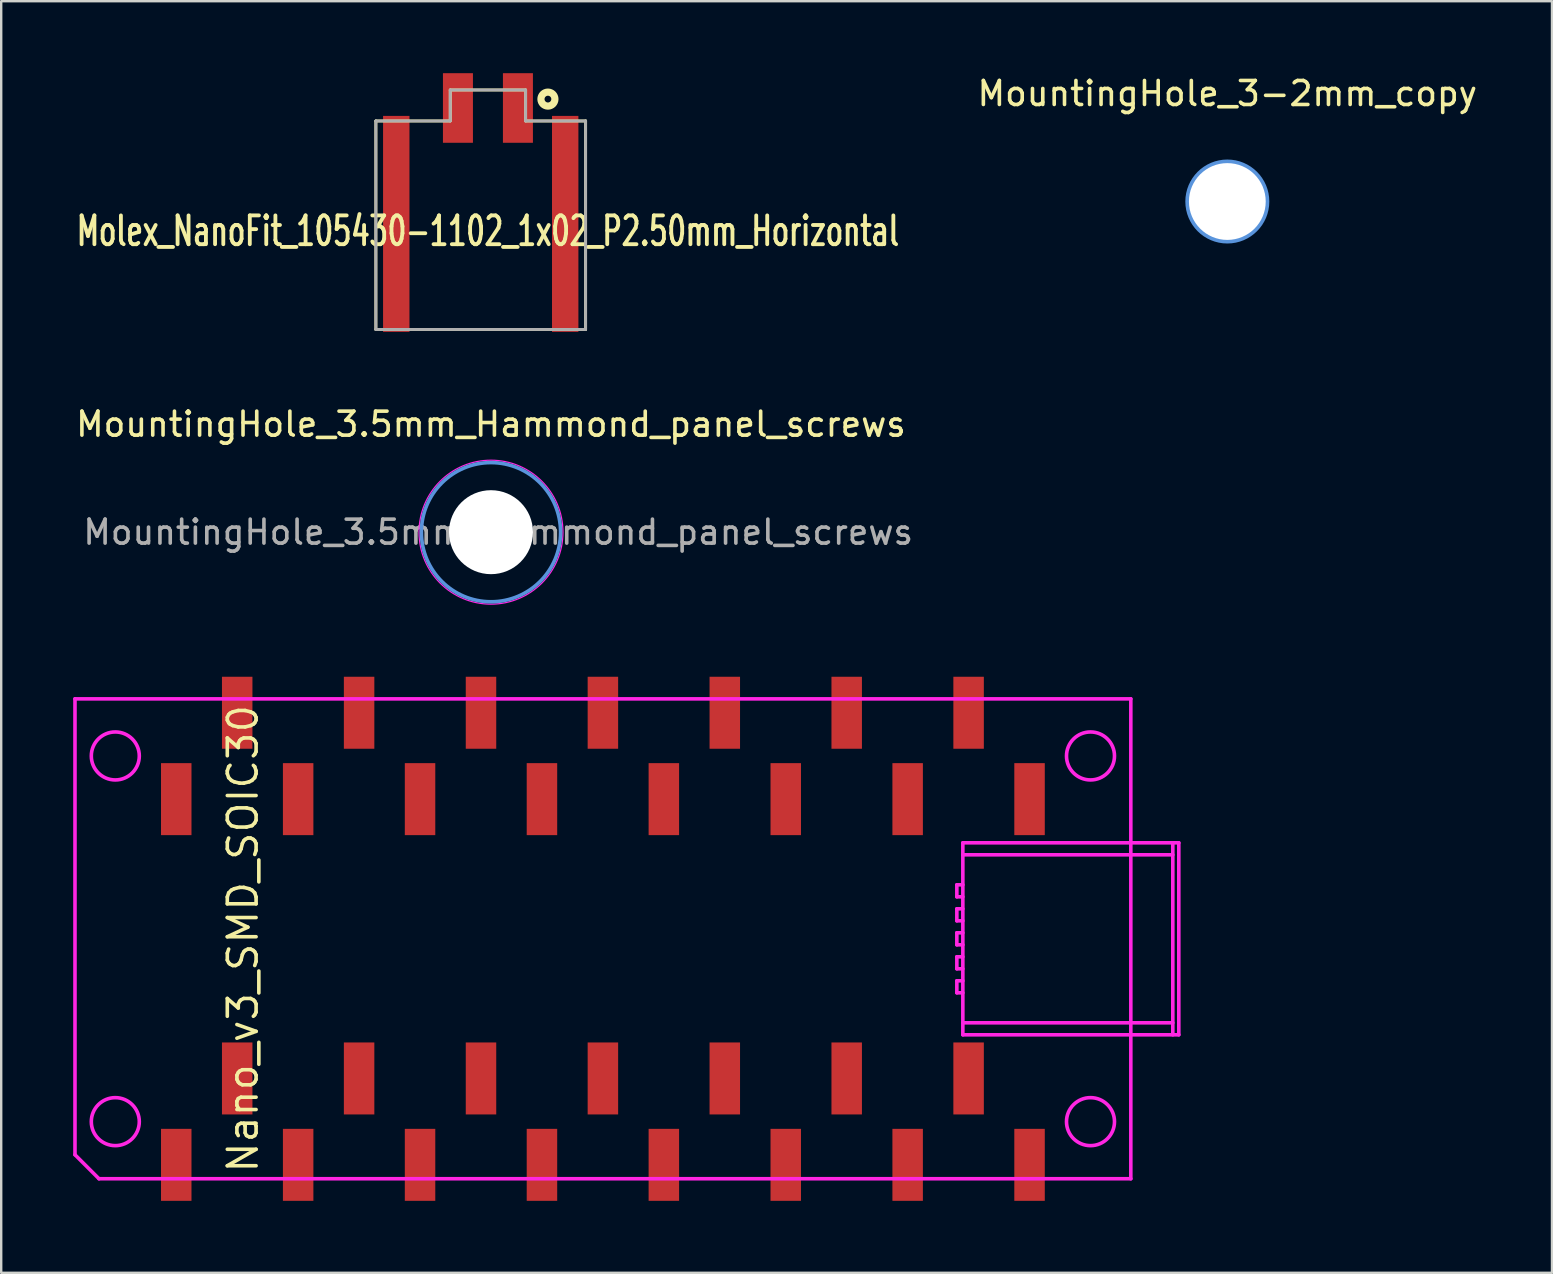
<source format=kicad_pcb>
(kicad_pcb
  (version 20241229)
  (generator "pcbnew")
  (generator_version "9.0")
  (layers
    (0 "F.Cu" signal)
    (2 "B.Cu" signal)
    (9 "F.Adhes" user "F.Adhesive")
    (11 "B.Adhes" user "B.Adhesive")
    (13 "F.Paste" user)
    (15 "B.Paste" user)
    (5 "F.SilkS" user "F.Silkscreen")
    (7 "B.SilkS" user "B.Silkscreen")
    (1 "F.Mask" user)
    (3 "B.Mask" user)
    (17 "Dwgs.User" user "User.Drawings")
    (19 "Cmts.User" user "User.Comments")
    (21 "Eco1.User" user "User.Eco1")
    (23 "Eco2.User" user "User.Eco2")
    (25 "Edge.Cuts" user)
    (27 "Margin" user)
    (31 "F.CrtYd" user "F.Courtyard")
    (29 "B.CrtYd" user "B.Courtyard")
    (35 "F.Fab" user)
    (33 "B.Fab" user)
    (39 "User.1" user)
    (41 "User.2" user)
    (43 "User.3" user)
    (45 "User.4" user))
  (footprint "Molex_NanoFit_105430-1102_1x02_P2.50mm_Horizontal"
    (layer "F.Cu")
    (at 17.284 6.58)
    (property "Reference" "Molex_NanoFit_105430-1102_1x02_P2.50mm_Horizontal" (at 0 0 0) (layer "F.SilkS") (effects (font (size 1.2 0.8) (thickness 0.16))))
    (attr through_hole)
    (fp_line (start -4.67 -4.59) (end -1.57 -4.59) (stroke (width 0.12) (type solid)) (layer "F.SilkS"))
    (fp_line (start -4.67 4.1) (end -4.67 -4.59) (stroke (width 0.12) (type solid)) (layer "F.SilkS"))
    (fp_line (start -1.57 -5.88) (end 1.57 -5.88) (stroke (width 0.12) (type solid)) (layer "F.SilkS"))
    (fp_line (start -1.57 -4.59) (end -1.57 -5.88) (stroke (width 0.12) (type solid)) (layer "F.SilkS"))
    (fp_line (start 1.57 -5.88) (end 1.57 -4.59) (stroke (width 0.12) (type solid)) (layer "F.SilkS"))
    (fp_line (start 1.57 -4.59) (end 4.07 -4.59) (stroke (width 0.12) (type solid)) (layer "F.SilkS"))
    (fp_line (start 4.07 -4.59) (end 4.07 4.1) (stroke (width 0.12) (type solid)) (layer "F.SilkS"))
    (fp_line (start 4.07 4.1) (end -4.67 4.1) (stroke (width 0.12) (type solid)) (layer "F.SilkS"))
    (fp_circle (center 2.5 -5.5) (end 2.641 -5.5) (stroke (width 0.3) (type solid)) (fill no) (layer "F.SilkS"))
    (fp_line (start -4.67 -4.59) (end -1.57 -4.59) (stroke (width 0.12) (type solid)) (layer "F.Fab"))
    (fp_line (start -4.67 4.1) (end -4.67 -4.59) (stroke (width 0.12) (type solid)) (layer "F.Fab"))
    (fp_line (start -1.57 -5.88) (end 1.57 -5.88) (stroke (width 0.12) (type solid)) (layer "F.Fab"))
    (fp_line (start -1.57 -4.59) (end -1.57 -5.88) (stroke (width 0.12) (type solid)) (layer "F.Fab"))
    (fp_line (start 1.57 -5.88) (end 1.57 -4.59) (stroke (width 0.12) (type solid)) (layer "F.Fab"))
    (fp_line (start 1.57 -4.59) (end 4.07 -4.59) (stroke (width 0.12) (type solid)) (layer "F.Fab"))
    (fp_line (start 4.07 -4.59) (end 4.07 4.1) (stroke (width 0.12) (type solid)) (layer "F.Fab"))
    (fp_line (start 4.07 4.1) (end -4.67 4.1) (stroke (width 0.12) (type solid)) (layer "F.Fab"))
    (pad "1" smd rect (at 1.25 -5.13) (size 1.25 2.9) (layers "F.Cu" "F.Mask" "F.Paste"))
    (pad "2" smd rect (at -1.25 -5.13) (size 1.25 2.9) (layers "F.Cu" "F.Mask" "F.Paste"))
    (pad "S1" smd rect (at 3.22 -0.3) (size 1.1 9) (layers "F.Cu" "F.Mask" "F.Paste"))
    (pad "S2" smd rect (at -3.82 -0.3) (size 1.1 9) (layers "F.Cu" "F.Mask" "F.Paste")))
  (footprint "MountingHole_3-2mm_copy"
    (layer "F.Cu")
    (at 48.097 5.348)
    (property "Reference" "MountingHole_3-2mm_copy" (at 0 -4.5 0) (layer "F.SilkS") (effects (font (size 1 1) (thickness 0.15))))
    (attr through_hole)
    (fp_circle (center 0 0) (end 1.6 0) (stroke (width 0.3) (type solid)) (fill no) (layer "Cmts.User"))
    (pad "1" thru_hole circle (at 0 0) (size 3.2 3.2) (drill 3.2) (layers "F.Cu")))
  (footprint "Nano_v3_SMD_SOIC30"
    (layer "F.Cu")
    (at 22.075 36.073)
    (property "Reference" "Nano_v3_SMD_SOIC30" (at -15 0 90) (layer "F.SilkS") (effects (font (size 1.2 1.2) (thickness 0.15))))
    (attr through_hole)
    (fp_line (start -22 -10) (end -22 9) (stroke (width 0.15) (type solid)) (layer "F.CrtYd"))
    (fp_line (start -21 10) (end -22 9) (stroke (width 0.15) (type solid)) (layer "F.CrtYd"))
    (fp_line (start -21 10) (end 22 10) (stroke (width 0.15) (type solid)) (layer "F.CrtYd"))
    (fp_line (start 14.75 -2.25) (end 15 -2.25) (stroke (width 0.15) (type solid)) (layer "F.CrtYd"))
    (fp_line (start 14.75 -1.75) (end 14.75 -2.25) (stroke (width 0.15) (type solid)) (layer "F.CrtYd"))
    (fp_line (start 14.75 -1.25) (end 15 -1.25) (stroke (width 0.15) (type solid)) (layer "F.CrtYd"))
    (fp_line (start 14.75 -0.75) (end 14.75 -1.25) (stroke (width 0.15) (type solid)) (layer "F.CrtYd"))
    (fp_line (start 14.75 -0.25) (end 15 -0.25) (stroke (width 0.15) (type solid)) (layer "F.CrtYd"))
    (fp_line (start 14.75 0.25) (end 14.75 -0.25) (stroke (width 0.15) (type solid)) (layer "F.CrtYd"))
    (fp_line (start 14.75 0.75) (end 14.75 1.25) (stroke (width 0.15) (type solid)) (layer "F.CrtYd"))
    (fp_line (start 14.75 1.25) (end 15 1.25) (stroke (width 0.15) (type solid)) (layer "F.CrtYd"))
    (fp_line (start 14.75 1.75) (end 14.75 2.25) (stroke (width 0.15) (type solid)) (layer "F.CrtYd"))
    (fp_line (start 14.75 2.25) (end 15 2.25) (stroke (width 0.15) (type solid)) (layer "F.CrtYd"))
    (fp_line (start 15 -4) (end 15 4) (stroke (width 0.15) (type solid)) (layer "F.CrtYd"))
    (fp_line (start 15 -3.5) (end 23.75 -3.5) (stroke (width 0.15) (type solid)) (layer "F.CrtYd"))
    (fp_line (start 15 -1.75) (end 14.75 -1.75) (stroke (width 0.15) (type solid)) (layer "F.CrtYd"))
    (fp_line (start 15 -0.75) (end 14.75 -0.75) (stroke (width 0.15) (type solid)) (layer "F.CrtYd"))
    (fp_line (start 15 0.25) (end 14.75 0.25) (stroke (width 0.15) (type solid)) (layer "F.CrtYd"))
    (fp_line (start 15 0.75) (end 14.75 0.75) (stroke (width 0.15) (type solid)) (layer "F.CrtYd"))
    (fp_line (start 15 1.75) (end 14.75 1.75) (stroke (width 0.15) (type solid)) (layer "F.CrtYd"))
    (fp_line (start 15 3.5) (end 23.75 3.5) (stroke (width 0.15) (type solid)) (layer "F.CrtYd"))
    (fp_line (start 15 4) (end 24 4) (stroke (width 0.15) (type solid)) (layer "F.CrtYd"))
    (fp_line (start 22 -10) (end -22 -10) (stroke (width 0.15) (type solid)) (layer "F.CrtYd"))
    (fp_line (start 22 10) (end 22 -10) (stroke (width 0.15) (type solid)) (layer "F.CrtYd"))
    (fp_line (start 23.75 -4) (end 23.75 4) (stroke (width 0.15) (type solid)) (layer "F.CrtYd"))
    (fp_line (start 24 -4) (end 15 -4) (stroke (width 0.15) (type solid)) (layer "F.CrtYd"))
    (fp_line (start 24 4) (end 24 -4) (stroke (width 0.15) (type solid)) (layer "F.CrtYd"))
    (fp_circle (center -20.32 -7.62) (end -19.32 -7.62) (stroke (width 0.15) (type solid)) (fill no) (layer "F.CrtYd"))
    (fp_circle (center -20.32 7.62) (end -19.32 7.62) (stroke (width 0.15) (type solid)) (fill no) (layer "F.CrtYd"))
    (fp_circle (center 20.32 -7.62) (end 21.32 -7.62) (stroke (width 0.15) (type solid)) (fill no) (layer "F.CrtYd"))
    (fp_circle (center 20.32 7.62) (end 21.32 7.62) (stroke (width 0.15) (type solid)) (fill no) (layer "F.CrtYd"))
    (pad "1" smd rect (at -17.78 9.42) (size 1.27 3) (layers "F.Cu" "F.Mask" "F.Paste"))
    (pad "2" smd rect (at -15.24 5.82) (size 1.27 3) (layers "F.Cu" "F.Mask" "F.Paste"))
    (pad "3" smd rect (at -12.7 9.42) (size 1.27 3) (layers "F.Cu" "F.Mask" "F.Paste"))
    (pad "4" smd rect (at -10.16 5.82) (size 1.27 3) (layers "F.Cu" "F.Mask" "F.Paste"))
    (pad "5" smd rect (at -7.62 9.42) (size 1.27 3) (layers "F.Cu" "F.Mask" "F.Paste"))
    (pad "6" smd rect (at -5.08 5.82) (size 1.27 3) (layers "F.Cu" "F.Mask" "F.Paste"))
    (pad "7" smd rect (at -2.54 9.42) (size 1.27 3) (layers "F.Cu" "F.Mask" "F.Paste"))
    (pad "8" smd rect (at 0 5.82) (size 1.27 3) (layers "F.Cu" "F.Mask" "F.Paste"))
    (pad "9" smd rect (at 2.54 9.42) (size 1.27 3) (layers "F.Cu" "F.Mask" "F.Paste"))
    (pad "10" smd rect (at 5.08 5.82) (size 1.27 3) (layers "F.Cu" "F.Mask" "F.Paste"))
    (pad "11" smd rect (at 7.62 9.42) (size 1.27 3) (layers "F.Cu" "F.Mask" "F.Paste"))
    (pad "12" smd rect (at 10.16 5.82) (size 1.27 3) (layers "F.Cu" "F.Mask" "F.Paste"))
    (pad "13" smd rect (at 12.7 9.42) (size 1.27 3) (layers "F.Cu" "F.Mask" "F.Paste"))
    (pad "14" smd rect (at 15.24 5.82) (size 1.27 3) (layers "F.Cu" "F.Mask" "F.Paste"))
    (pad "15" smd rect (at 17.78 9.42) (size 1.27 3) (layers "F.Cu" "F.Mask" "F.Paste"))
    (pad "16" smd rect (at 17.78 -5.82) (size 1.27 3) (layers "F.Cu" "F.Mask" "F.Paste"))
    (pad "17" smd rect (at 15.24 -9.42) (size 1.27 3) (layers "F.Cu" "F.Mask" "F.Paste"))
    (pad "18" smd rect (at 12.7 -5.82) (size 1.27 3) (layers "F.Cu" "F.Mask" "F.Paste"))
    (pad "19" smd rect (at 10.16 -9.42) (size 1.27 3) (layers "F.Cu" "F.Mask" "F.Paste"))
    (pad "20" smd rect (at 7.62 -5.82) (size 1.27 3) (layers "F.Cu" "F.Mask" "F.Paste"))
    (pad "21" smd rect (at 5.08 -9.42) (size 1.27 3) (layers "F.Cu" "F.Mask" "F.Paste"))
    (pad "22" smd rect (at 2.54 -5.82) (size 1.27 3) (layers "F.Cu" "F.Mask" "F.Paste"))
    (pad "23" smd rect (at 0 -9.42) (size 1.27 3) (layers "F.Cu" "F.Mask" "F.Paste"))
    (pad "24" smd rect (at -2.54 -5.82) (size 1.27 3) (layers "F.Cu" "F.Mask" "F.Paste"))
    (pad "25" smd rect (at -5.08 -9.42) (size 1.27 3) (layers "F.Cu" "F.Mask" "F.Paste"))
    (pad "26" smd rect (at -7.62 -5.82) (size 1.27 3) (layers "F.Cu" "F.Mask" "F.Paste"))
    (pad "27" smd rect (at -10.16 -9.42) (size 1.27 3) (layers "F.Cu" "F.Mask" "F.Paste"))
    (pad "28" smd rect (at -12.7 -5.82) (size 1.27 3) (layers "F.Cu" "F.Mask" "F.Paste"))
    (pad "29" smd rect (at -15.24 -9.42) (size 1.27 3) (layers "F.Cu" "F.Mask" "F.Paste"))
    (pad "30" smd rect (at -17.78 -5.82) (size 1.27 3) (layers "F.Cu" "F.Mask" "F.Paste")))
  (footprint "MountingHole_3.5mm_Hammond_panel_screws"
    (layer "F.Cu")
    (at 17.411 19.128)
    (property "Reference" "MountingHole_3.5mm_Hammond_panel_screws" (at 0 -4.5 0) (layer "F.SilkS") (effects (font (size 1 1) (thickness 0.15))))
    (attr exclude_from_pos_files exclude_from_bom)
    (fp_circle (center 0 0) (end 2.9 0) (stroke (width 0.15) (type solid)) (fill no) (layer "Cmts.User"))
    (fp_circle (center 0 0) (end 3 0) (stroke (width 0.05) (type solid)) (fill no) (layer "F.CrtYd"))
    (fp_text user "${REFERENCE}" (at 0.3 0 0) (layer "F.Fab") (effects (font (size 1 1) (thickness 0.15))))
    (pad "" np_thru_hole circle (at 0 0) (size 3.5 3.5) (drill 3.5) (layers "*.Cu" "*.Mask")))
  (gr_rect
    (start -3 -3)
    (end 61.627 49.993)
    (stroke (width 0.1) (type default))
    (fill no)
    (layer "Edge.Cuts")))
</source>
